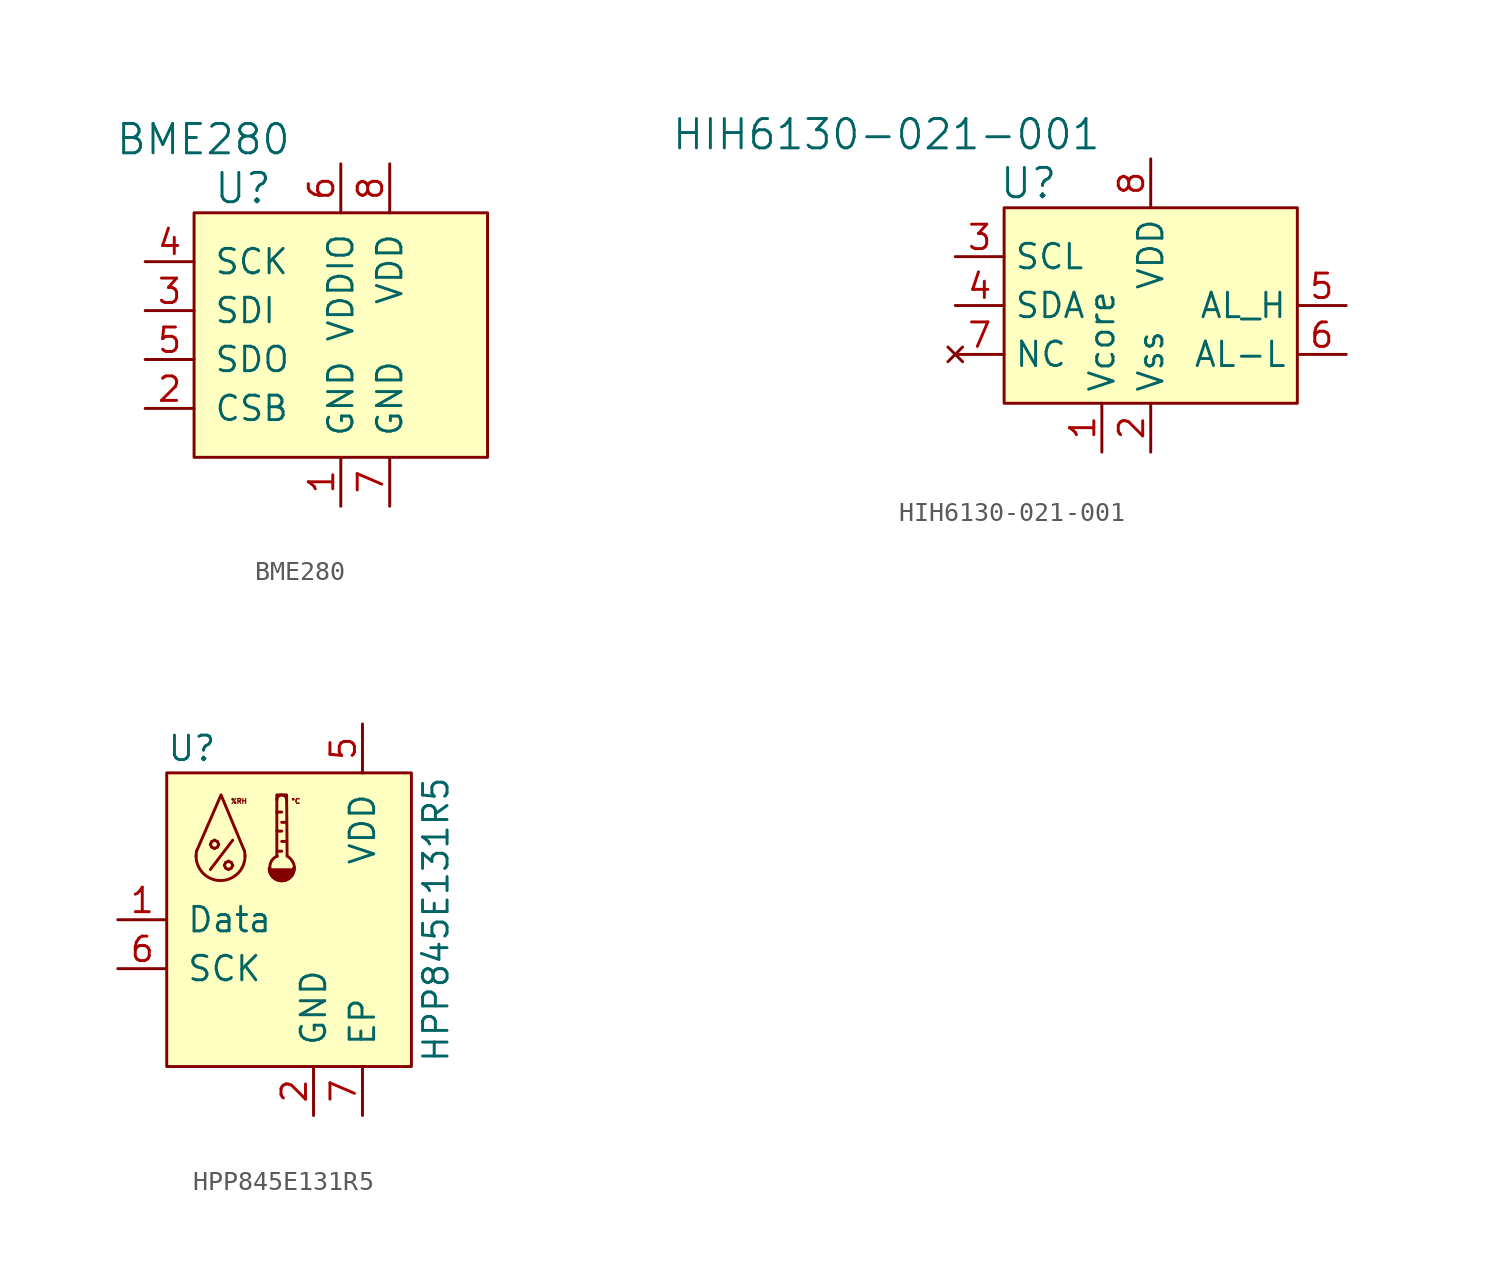
<source format=kicad_sym>
(kicad_symbol_lib
  (version 20220914)
  (generator kicad_symbol_editor)
  (symbol "BME280"
    (pin_names
      (offset 1.016))
    (property "Reference" "U"
      (at -5.08 8.89 0)
      (effects (font (size 1.524 1.524))))
    (property "Value" "BME280"
      (at -2.54 11.43 0)
      (effects (font (size 1.524 1.524)) (justify right)))
    (symbol "BME280_0_1"
      (rectangle (start 7.62 7.62) (end -7.62 -5.08) (stroke (width 0) (type solid)) (fill (type background))))
    (symbol "BME280_1_1"
      (pin power_in line (at 0 -7.62 90) (length 2.54) (name "GND" (effects (font (size 1.27 1.27)))) (number "1" (effects (font (size 1.27 1.27)))))
      (pin input line (at -10.16 -2.54 0) (length 2.54) (name "CSB" (effects (font (size 1.27 1.27)))) (number "2" (effects (font (size 1.27 1.27)))))
      (pin bidirectional line (at -10.16 2.54 0) (length 2.54) (name "SDI" (effects (font (size 1.27 1.27)))) (number "3" (effects (font (size 1.27 1.27)))))
      (pin input line (at -10.16 5.08 0) (length 2.54) (name "SCK" (effects (font (size 1.27 1.27)))) (number "4" (effects (font (size 1.27 1.27)))))
      (pin bidirectional line (at -10.16 0 0) (length 2.54) (name "SDO" (effects (font (size 1.27 1.27)))) (number "5" (effects (font (size 1.27 1.27)))))
      (pin power_in line (at 0 10.16 270) (length 2.54) (name "VDDIO" (effects (font (size 1.27 1.27)))) (number "6" (effects (font (size 1.27 1.27)))))
      (pin power_in line (at 2.54 -7.62 90) (length 2.54) (name "GND" (effects (font (size 1.27 1.27)))) (number "7" (effects (font (size 1.27 1.27)))))
      (pin power_in line (at 2.54 10.16 270) (length 2.54) (name "VDD" (effects (font (size 1.27 1.27)))) (number "8" (effects (font (size 1.27 1.27)))))))
  (symbol "HIH6130-021-001"
    (property "Reference" "U"
      (at -6.35 8.89 0)
      (effects (font (size 1.524 1.524))))
    (property "Value" "HIH6130-021-001"
      (at -2.54 11.43 0)
      (effects (font (size 1.524 1.524)) (justify right)))
    (symbol "HIH6130-021-001_0_1"
      (rectangle (start -7.62 7.62) (end 7.62 -2.54) (stroke (width 0) (type solid)) (fill (type background))))
    (symbol "HIH6130-021-001_1_1"
      (pin passive line (at -2.54 -5.08 90) (length 2.54) (name "Vcore" (effects (font (size 1.27 1.27)))) (number "1" (effects (font (size 1.27 1.27)))))
      (pin power_in line (at 0 -5.08 90) (length 2.54) (name "Vss" (effects (font (size 1.27 1.27)))) (number "2" (effects (font (size 1.27 1.27)))))
      (pin input line (at -10.16 5.08 0) (length 2.54) (name "SCL" (effects (font (size 1.27 1.27)))) (number "3" (effects (font (size 1.27 1.27)))))
      (pin bidirectional line (at -10.16 2.54 0) (length 2.54) (name "SDA" (effects (font (size 1.27 1.27)))) (number "4" (effects (font (size 1.27 1.27)))))
      (pin output line (at 10.16 2.54 180) (length 2.54) (name "AL_H" (effects (font (size 1.27 1.27)))) (number "5" (effects (font (size 1.27 1.27)))))
      (pin output line (at 10.16 0 180) (length 2.54) (name "AL-L" (effects (font (size 1.27 1.27)))) (number "6" (effects (font (size 1.27 1.27)))))
      (pin no_connect line (at -10.16 0 0) (length 2.54) (name "NC" (effects (font (size 1.27 1.27)))) (number "7" (effects (font (size 1.27 1.27)))))
      (pin power_in line (at 0 10.16 270) (length 2.54) (name "VDD" (effects (font (size 1.27 1.27)))) (number "8" (effects (font (size 1.27 1.27)))))))
  (symbol "HPP845E131R5"
    (pin_names
      (offset 1.016))
    (property "Reference" "U"
      (at -10.16 13.97 0)
      (effects (font (size 1.27 1.27)) (justify left)))
    (property "Value" "HPP845E131R5"
      (at 3.81 5.08 90)
      (effects (font (size 1.27 1.27))))
    (symbol "HPP845E131R5_0_0"
      (arc (start -8.636 8.382) (mid -7.366 7.1175) (end -6.096 8.382) (stroke (width 0) (type solid)) (fill (type none)))
      (arc (start -8.6106 8.636) (mid -8.6298 8.5096) (end -8.636 8.382) (stroke (width 0) (type solid)) (fill (type none)))
      (arc (start -6.096 8.382) (mid -6.1024 8.5096) (end -6.1214 8.636) (stroke (width 0) (type solid)) (fill (type none)))
      (arc (start -4.826 7.747) (mid -4.191 7.1147) (end -3.556 7.747) (stroke (width 0.1778) (type solid)) (fill (type none)))
      (arc (start -4.826 7.747) (mid -4.191 7.1147) (end -3.556 7.747) (stroke (width 0.1778) (type solid)) (fill (type outline)))
      (arc (start -4.4196 8.382) (mid -4.7223 8.1277) (end -4.8006 7.747) (stroke (width 0) (type solid)) (fill (type none)))
      (arc (start -3.937 11.303) (mid -4.191 11.5559) (end -4.445 11.303) (stroke (width 0) (type solid)) (fill (type none)))
      (arc (start -3.5306 7.747) (mid -3.6379 8.1079) (end -3.9116 8.382) (stroke (width 0) (type solid)) (fill (type none)))
      (polyline (pts (xy -4.445 9.677) (xy -4.191 9.677)) (stroke (width 0) (type solid)) (fill (type none)))
      (polyline (pts (xy -4.42 8.636) (xy -4.191 8.636)) (stroke (width 0) (type solid)) (fill (type none)))
      (polyline (pts (xy -4.191 10.668) (xy -4.445 10.668)) (stroke (width 0) (type solid)) (fill (type none)))
      (polyline (pts (xy -3.937 9.144) (xy -4.191 9.144)) (stroke (width 0) (type solid)) (fill (type none)))
      (polyline (pts (xy -3.937 10.135) (xy -4.191 10.135)) (stroke (width 0) (type solid)) (fill (type none)))
      (polyline (pts (xy -8.611 8.636) (xy -7.341 11.557) (xy -6.121 8.636)) (stroke (width 0) (type solid)) (fill (type none)))
      (polyline (pts (xy -4.445 8.357) (xy -4.445 11.557) (xy -3.937 11.557) (xy -3.912 8.382)) (stroke (width 0) (type solid)) (fill (type none)))
      (text "%" (at -7.315 8.382 0) (effects (font (size 1.524 1.524))))
      (text "%RH" (at -6.858 11.379 0) (effects (font (size 0.254 0.254)) (justify left top)))
      (text "°C" (at -3.734 11.379 0) (effects (font (size 0.254 0.254)) (justify left top))))
    (symbol "HPP845E131R5_0_1"
      (rectangle (start -10.16 12.7) (end 2.54 -2.54) (stroke (width 0) (type solid)) (fill (type background))))
    (symbol "HPP845E131R5_1_1"
      (pin bidirectional line (at -12.7 5.08 0) (length 2.54) (name "Data" (effects (font (size 1.27 1.27)))) (number "1" (effects (font (size 1.27 1.27)))))
      (pin power_out line (at -2.54 -5.08 90) (length 2.54) (name "GND" (effects (font (size 1.27 1.27)))) (number "2" (effects (font (size 1.27 1.27)))))
      (pin no_connect line (at -5.08 -2.54 90) (length 0) hide (name "NC" (effects (font (size 1.27 1.27)))) (number "3" (effects (font (size 1.27 1.27)))))
      (pin no_connect line (at -7.62 -2.54 90) (length 0) hide (name "NC" (effects (font (size 1.27 1.27)))) (number "4" (effects (font (size 1.27 1.27)))))
      (pin power_in line (at 0 15.24 270) (length 2.54) (name "VDD" (effects (font (size 1.27 1.27)))) (number "5" (effects (font (size 1.27 1.27)))))
      (pin input line (at -12.7 2.54 0) (length 2.54) (name "SCK" (effects (font (size 1.27 1.27)))) (number "6" (effects (font (size 1.27 1.27)))))
      (pin power_out line (at 0 -5.08 90) (length 2.54) (name "EP" (effects (font (size 1.27 1.27)))) (number "7" (effects (font (size 1.27 1.27))))))))
</source>
